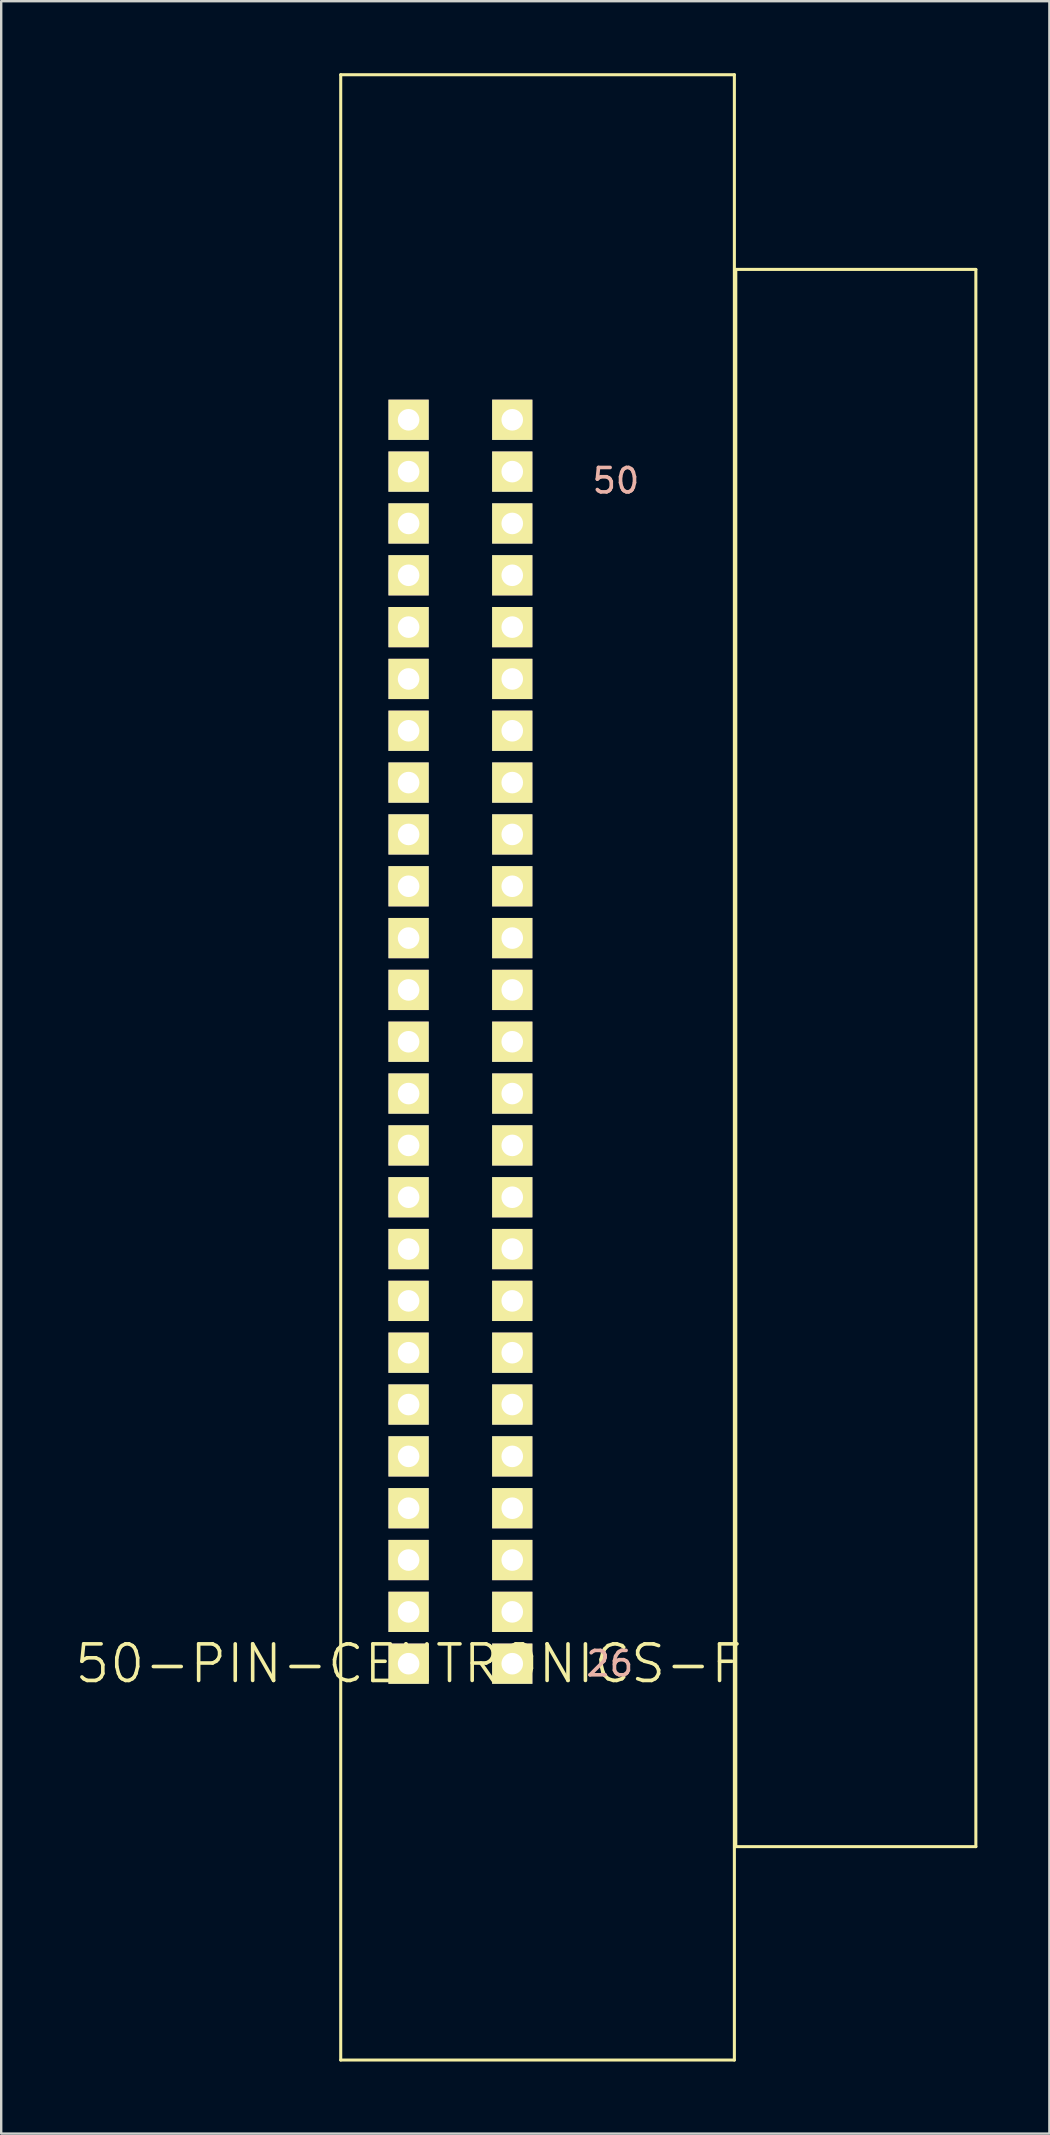
<source format=kicad_pcb>
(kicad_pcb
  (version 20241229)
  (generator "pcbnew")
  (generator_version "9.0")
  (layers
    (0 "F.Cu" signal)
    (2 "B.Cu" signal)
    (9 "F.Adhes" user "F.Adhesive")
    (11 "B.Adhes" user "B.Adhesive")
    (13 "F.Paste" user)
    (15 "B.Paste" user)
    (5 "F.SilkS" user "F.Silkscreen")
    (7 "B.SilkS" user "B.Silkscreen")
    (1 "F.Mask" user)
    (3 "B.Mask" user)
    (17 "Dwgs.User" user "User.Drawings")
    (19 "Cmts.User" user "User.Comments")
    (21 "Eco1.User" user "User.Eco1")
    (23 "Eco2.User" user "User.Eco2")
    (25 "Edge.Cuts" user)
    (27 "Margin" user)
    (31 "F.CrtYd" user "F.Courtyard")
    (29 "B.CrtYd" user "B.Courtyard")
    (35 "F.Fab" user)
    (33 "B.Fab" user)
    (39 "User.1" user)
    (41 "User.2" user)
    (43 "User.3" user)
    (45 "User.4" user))
  (footprint "50-PIN-CENTRONICS-F"
    (layer "F.Cu")
    (at 13.97 66.253)
    (property "Reference" "50-PIN-CENTRONICS-F" (at 0 0 0) (layer "F.SilkS") (effects (font (size 1.524 1.524) (thickness 0.15))))
    (attr exclude_from_pos_files exclude_from_bom)
    (fp_line (start -2.827 -66.19) (end 13.571 -66.19) (stroke (width 0.127) (type solid)) (layer "F.SilkS"))
    (fp_line (start -2.827 16.51) (end -2.827 -66.19) (stroke (width 0.127) (type solid)) (layer "F.SilkS"))
    (fp_line (start -2.827 16.51) (end 13.571 16.51) (stroke (width 0.127) (type solid)) (layer "F.SilkS"))
    (fp_line (start 13.571 16.51) (end 13.571 -66.19) (stroke (width 0.127) (type solid)) (layer "F.SilkS"))
    (fp_line (start 13.63 -58.08) (end 23.63 -58.08) (stroke (width 0.127) (type solid)) (layer "F.SilkS"))
    (fp_line (start 13.63 7.62) (end 13.63 -58.08) (stroke (width 0.127) (type solid)) (layer "F.SilkS"))
    (fp_line (start 13.63 7.62) (end 23.63 7.62) (stroke (width 0.127) (type solid)) (layer "F.SilkS"))
    (fp_line (start 23.63 7.62) (end 23.63 -58.08) (stroke (width 0.127) (type solid)) (layer "F.SilkS"))
    (fp_text user "26" (at 8.382 0 0) (layer "B.SilkS") (effects (font (size 1.016 1.016) (thickness 0.152))))
    (fp_text user "50" (at 8.636 -49.276 0) (layer "B.SilkS") (effects (font (size 1.016 1.016) (thickness 0.152))))
    (pad "P$1" thru_hole rect (at 0 0) (size 1.676 1.676) (drill 0.899) (layers "*.Cu" "F.Mask" "F.SilkS" "F.Paste"))
    (pad "P$2" thru_hole rect (at 0 -2.159) (size 1.676 1.676) (drill 0.899) (layers "*.Cu" "F.Mask" "F.SilkS" "F.Paste"))
    (pad "P$3" thru_hole rect (at 0 -4.318) (size 1.676 1.676) (drill 0.899) (layers "*.Cu" "F.Mask" "F.SilkS" "F.Paste"))
    (pad "P$4" thru_hole rect (at 0 -6.477) (size 1.676 1.676) (drill 0.899) (layers "*.Cu" "F.Mask" "F.SilkS" "F.Paste"))
    (pad "P$5" thru_hole rect (at 0 -8.636) (size 1.676 1.676) (drill 0.899) (layers "*.Cu" "F.Mask" "F.SilkS" "F.Paste"))
    (pad "P$6" thru_hole rect (at 0 -10.795) (size 1.676 1.676) (drill 0.899) (layers "*.Cu" "F.Mask" "F.SilkS" "F.Paste"))
    (pad "P$7" thru_hole rect (at 0 -12.954) (size 1.676 1.676) (drill 0.899) (layers "*.Cu" "F.Mask" "F.SilkS" "F.Paste"))
    (pad "P$8" thru_hole rect (at 0 -15.113) (size 1.676 1.676) (drill 0.899) (layers "*.Cu" "F.Mask" "F.SilkS" "F.Paste"))
    (pad "P$9" thru_hole rect (at 0 -17.272) (size 1.676 1.676) (drill 0.899) (layers "*.Cu" "F.Mask" "F.SilkS" "F.Paste"))
    (pad "P$10" thru_hole rect (at 0 -19.431) (size 1.676 1.676) (drill 0.899) (layers "*.Cu" "F.Mask" "F.SilkS" "F.Paste"))
    (pad "P$11" thru_hole rect (at 0 -21.59) (size 1.676 1.676) (drill 0.899) (layers "*.Cu" "F.Mask" "F.SilkS" "F.Paste"))
    (pad "P$12" thru_hole rect (at 0 -23.749) (size 1.676 1.676) (drill 0.899) (layers "*.Cu" "F.Mask" "F.SilkS" "F.Paste"))
    (pad "P$13" thru_hole rect (at 0 -25.908) (size 1.676 1.676) (drill 0.899) (layers "*.Cu" "F.Mask" "F.SilkS" "F.Paste"))
    (pad "P$14" thru_hole rect (at 0 -28.067) (size 1.676 1.676) (drill 0.899) (layers "*.Cu" "F.Mask" "F.SilkS" "F.Paste"))
    (pad "P$15" thru_hole rect (at 0 -30.226) (size 1.676 1.676) (drill 0.899) (layers "*.Cu" "F.Mask" "F.SilkS" "F.Paste"))
    (pad "P$16" thru_hole rect (at 0 -32.385) (size 1.676 1.676) (drill 0.899) (layers "*.Cu" "F.Mask" "F.SilkS" "F.Paste"))
    (pad "P$17" thru_hole rect (at 0 -34.544) (size 1.676 1.676) (drill 0.899) (layers "*.Cu" "F.Mask" "F.SilkS" "F.Paste"))
    (pad "P$18" thru_hole rect (at 0 -36.703) (size 1.676 1.676) (drill 0.899) (layers "*.Cu" "F.Mask" "F.SilkS" "F.Paste"))
    (pad "P$19" thru_hole rect (at 0 -38.862) (size 1.676 1.676) (drill 0.899) (layers "*.Cu" "F.Mask" "F.SilkS" "F.Paste"))
    (pad "P$20" thru_hole rect (at 0 -41.021) (size 1.676 1.676) (drill 0.899) (layers "*.Cu" "F.Mask" "F.SilkS" "F.Paste"))
    (pad "P$21" thru_hole rect (at 0 -43.18) (size 1.676 1.676) (drill 0.899) (layers "*.Cu" "F.Mask" "F.SilkS" "F.Paste"))
    (pad "P$22" thru_hole rect (at 0 -45.339) (size 1.676 1.676) (drill 0.899) (layers "*.Cu" "F.Mask" "F.SilkS" "F.Paste"))
    (pad "P$23" thru_hole rect (at 0 -47.498) (size 1.676 1.676) (drill 0.899) (layers "*.Cu" "F.Mask" "F.SilkS" "F.Paste"))
    (pad "P$24" thru_hole rect (at 0 -49.657) (size 1.676 1.676) (drill 0.899) (layers "*.Cu" "F.Mask" "F.SilkS" "F.Paste"))
    (pad "P$25" thru_hole rect (at 0 -51.816) (size 1.676 1.676) (drill 0.899) (layers "*.Cu" "F.Mask" "F.SilkS" "F.Paste"))
    (pad "P$26" thru_hole rect (at 4.318 0) (size 1.676 1.676) (drill 0.899) (layers "*.Cu" "F.Mask" "F.SilkS" "F.Paste"))
    (pad "P$27" thru_hole rect (at 4.318 -2.159) (size 1.676 1.676) (drill 0.899) (layers "*.Cu" "F.Mask" "F.SilkS" "F.Paste"))
    (pad "P$28" thru_hole rect (at 4.318 -4.318) (size 1.676 1.676) (drill 0.899) (layers "*.Cu" "F.Mask" "F.SilkS" "F.Paste"))
    (pad "P$29" thru_hole rect (at 4.318 -6.477) (size 1.676 1.676) (drill 0.899) (layers "*.Cu" "F.Mask" "F.SilkS" "F.Paste"))
    (pad "P$30" thru_hole rect (at 4.318 -8.636) (size 1.676 1.676) (drill 0.899) (layers "*.Cu" "F.Mask" "F.SilkS" "F.Paste"))
    (pad "P$31" thru_hole rect (at 4.318 -10.795) (size 1.676 1.676) (drill 0.899) (layers "*.Cu" "F.Mask" "F.SilkS" "F.Paste"))
    (pad "P$32" thru_hole rect (at 4.318 -12.954) (size 1.676 1.676) (drill 0.899) (layers "*.Cu" "F.Mask" "F.SilkS" "F.Paste"))
    (pad "P$33" thru_hole rect (at 4.318 -15.113) (size 1.676 1.676) (drill 0.899) (layers "*.Cu" "F.Mask" "F.SilkS" "F.Paste"))
    (pad "P$34" thru_hole rect (at 4.318 -17.272) (size 1.676 1.676) (drill 0.899) (layers "*.Cu" "F.Mask" "F.SilkS" "F.Paste"))
    (pad "P$35" thru_hole rect (at 4.318 -19.431) (size 1.676 1.676) (drill 0.899) (layers "*.Cu" "F.Mask" "F.SilkS" "F.Paste"))
    (pad "P$36" thru_hole rect (at 4.318 -21.59) (size 1.676 1.676) (drill 0.899) (layers "*.Cu" "F.Mask" "F.SilkS" "F.Paste"))
    (pad "P$37" thru_hole rect (at 4.318 -23.749) (size 1.676 1.676) (drill 0.899) (layers "*.Cu" "F.Mask" "F.SilkS" "F.Paste"))
    (pad "P$38" thru_hole rect (at 4.318 -25.908) (size 1.676 1.676) (drill 0.899) (layers "*.Cu" "F.Mask" "F.SilkS" "F.Paste"))
    (pad "P$39" thru_hole rect (at 4.318 -28.067) (size 1.676 1.676) (drill 0.899) (layers "*.Cu" "F.Mask" "F.SilkS" "F.Paste"))
    (pad "P$40" thru_hole rect (at 4.318 -30.226) (size 1.676 1.676) (drill 0.899) (layers "*.Cu" "F.Mask" "F.SilkS" "F.Paste"))
    (pad "P$41" thru_hole rect (at 4.318 -32.385) (size 1.676 1.676) (drill 0.899) (layers "*.Cu" "F.Mask" "F.SilkS" "F.Paste"))
    (pad "P$42" thru_hole rect (at 4.318 -34.544) (size 1.676 1.676) (drill 0.899) (layers "*.Cu" "F.Mask" "F.SilkS" "F.Paste"))
    (pad "P$43" thru_hole rect (at 4.318 -36.703) (size 1.676 1.676) (drill 0.899) (layers "*.Cu" "F.Mask" "F.SilkS" "F.Paste"))
    (pad "P$44" thru_hole rect (at 4.318 -38.862) (size 1.676 1.676) (drill 0.899) (layers "*.Cu" "F.Mask" "F.SilkS" "F.Paste"))
    (pad "P$45" thru_hole rect (at 4.318 -41.021) (size 1.676 1.676) (drill 0.899) (layers "*.Cu" "F.Mask" "F.SilkS" "F.Paste"))
    (pad "P$46" thru_hole rect (at 4.318 -43.18) (size 1.676 1.676) (drill 0.899) (layers "*.Cu" "F.Mask" "F.SilkS" "F.Paste"))
    (pad "P$47" thru_hole rect (at 4.318 -45.339) (size 1.676 1.676) (drill 0.899) (layers "*.Cu" "F.Mask" "F.SilkS" "F.Paste"))
    (pad "P$48" thru_hole rect (at 4.318 -47.498) (size 1.676 1.676) (drill 0.899) (layers "*.Cu" "F.Mask" "F.SilkS" "F.Paste"))
    (pad "P$49" thru_hole rect (at 4.318 -49.657) (size 1.676 1.676) (drill 0.899) (layers "*.Cu" "F.Mask" "F.SilkS" "F.Paste"))
    (pad "P$50" thru_hole rect (at 4.318 -51.816) (size 1.676 1.676) (drill 0.899) (layers "*.Cu" "F.Mask" "F.SilkS" "F.Paste")))
  (gr_rect
    (start -3 -3)
    (end 40.663 85.827)
    (stroke (width 0.1) (type default))
    (fill no)
    (layer "Edge.Cuts")))
</source>
